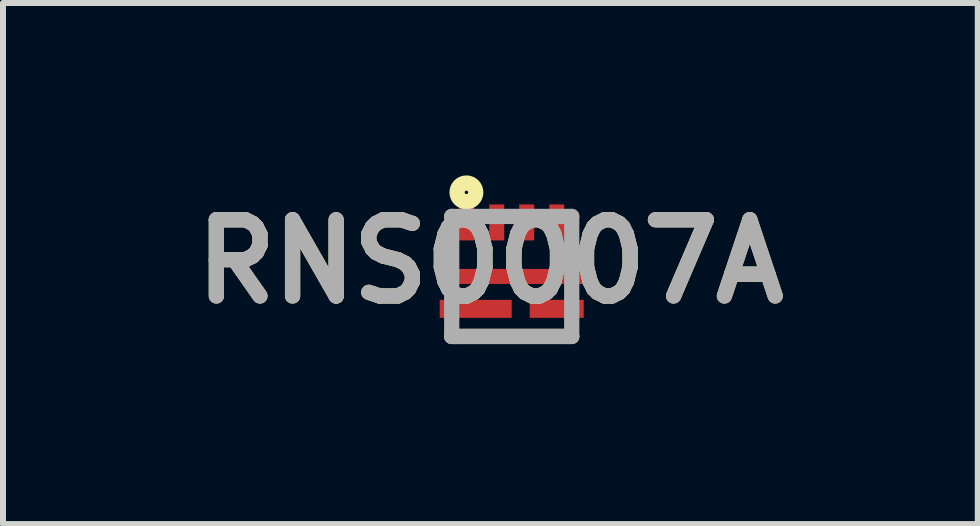
<source format=kicad_pcb>
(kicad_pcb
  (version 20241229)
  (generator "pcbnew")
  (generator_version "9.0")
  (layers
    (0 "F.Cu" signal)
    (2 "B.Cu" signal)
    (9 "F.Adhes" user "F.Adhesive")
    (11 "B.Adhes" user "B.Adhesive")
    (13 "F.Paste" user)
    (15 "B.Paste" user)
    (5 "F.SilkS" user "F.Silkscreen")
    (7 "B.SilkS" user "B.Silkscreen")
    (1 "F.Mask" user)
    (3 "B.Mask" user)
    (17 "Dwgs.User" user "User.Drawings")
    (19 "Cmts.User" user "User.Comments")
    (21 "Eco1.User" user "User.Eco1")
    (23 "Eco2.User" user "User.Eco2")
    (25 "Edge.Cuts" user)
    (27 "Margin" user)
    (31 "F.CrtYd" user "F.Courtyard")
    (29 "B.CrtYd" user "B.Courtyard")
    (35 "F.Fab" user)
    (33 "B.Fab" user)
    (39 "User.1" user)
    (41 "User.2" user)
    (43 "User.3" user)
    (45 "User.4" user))
  (footprint "RNS0007A"
    (layer "F.Cu")
    (at 5.478 1.557)
    (property "Reference" "RNS0007A" (at -0.356 -0.249 0) (layer "F.SilkS") (effects (font (size 1.27 1.27) (thickness 0.254))))
    (attr smd)
    (fp_line (start -1 1) (end 1 1) (stroke (width 0.254) (type solid)) (layer "F.SilkS"))
    (fp_circle (center -0.755 -1.401) (end -0.755 -1.372) (stroke (width 0.254) (type solid)) (fill no) (layer "F.SilkS"))
    (fp_line (start -1 -1) (end 1 -1) (stroke (width 0.254) (type solid)) (layer "F.Fab"))
    (fp_line (start -1 1) (end -1 -1) (stroke (width 0.254) (type solid)) (layer "F.Fab"))
    (fp_line (start 1 -1) (end 1 1) (stroke (width 0.254) (type solid)) (layer "F.Fab"))
    (fp_line (start 1 1) (end -1 1) (stroke (width 0.254) (type solid)) (layer "F.Fab"))
    (fp_text user "${REFERENCE}" (at -0.356 -0.249 0) (layer "F.Fab") (effects (font (size 1.27 1.27) (thickness 0.254))))
    (pad "1" smd rect (at -0.75 -0.9) (size 0.25 0.6) (layers "F.Cu" "F.Mask" "F.Paste"))
    (pad "2" smd rect (at -0.25 -0.9) (size 0.25 0.6) (layers "F.Cu" "F.Mask" "F.Paste"))
    (pad "3" smd rect (at 0.25 -0.9) (size 0.25 0.6) (layers "F.Cu" "F.Mask" "F.Paste"))
    (pad "4" smd rect (at 0.75 -0.9) (size 0.25 0.6) (layers "F.Cu" "F.Mask" "F.Paste"))
    (pad "5" smd rect (at 0 0 90) (size 0.25 2.4) (layers "F.Cu" "F.Mask" "F.Paste"))
    (pad "6" smd rect (at 0.75 0.54 90) (size 0.3 0.9) (layers "F.Cu" "F.Mask" "F.Paste"))
    (pad "7" smd rect (at -0.6 0.54 90) (size 0.3 1.2) (layers "F.Cu" "F.Mask" "F.Paste")))
  (gr_rect
    (start -3 -3)
    (end 13.245 5.684)
    (stroke (width 0.1) (type default))
    (fill no)
    (layer "Edge.Cuts")))
</source>
